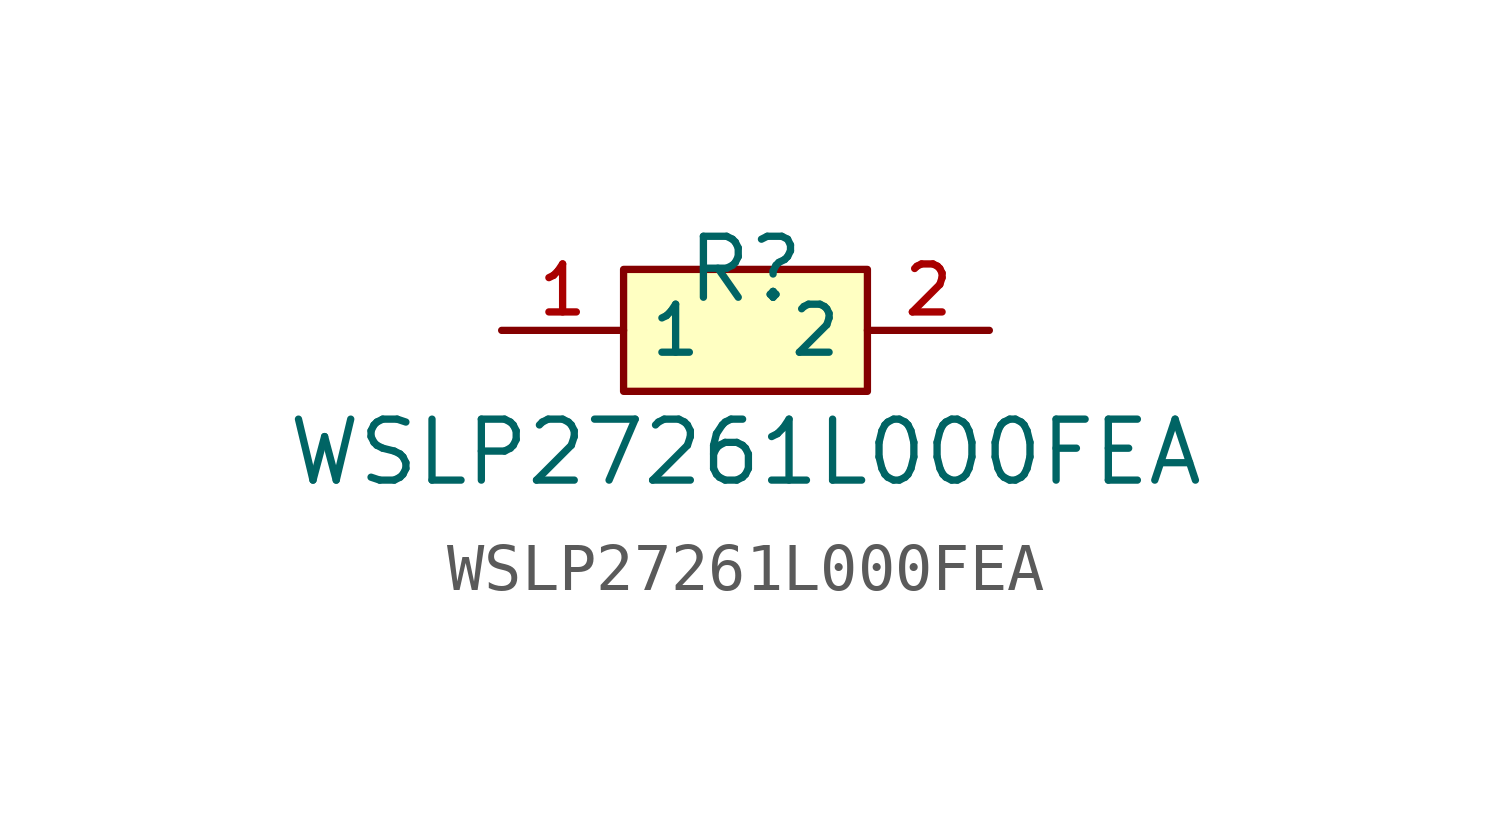
<source format=kicad_sym>
(kicad_symbol_lib
  (version 20210201)
  (generator TousstNicolas/JLC2KiCad_lib)
  (symbol "WSLP27261L000FEA"
    (property "Reference" "R"
      (at 0 1.27 0)
      (effects (font (size 1.27 1.27))))
    (property "Value" "WSLP27261L000FEA"
      (at 0 -2.54 0)
      (effects (font (size 1.27 1.27))))
    (symbol "WSLP27261L000FEA_0_1"
      (pin unspecified line (at -5.08 -0.0 0) (length 2.54) (name "1" (effects (font (size 1 1)))) (number "1" (effects (font (size 1 1)))))
      (pin unspecified line (at 5.08 -0.0 180) (length 2.54) (name "2" (effects (font (size 1 1)))) (number "2" (effects (font (size 1 1)))))
      (rectangle (start -2.54 1.27) (end 2.54 -1.27) (stroke (width 0) (type default) (color 0 0 0 0)) (fill (type background))))))
</source>
